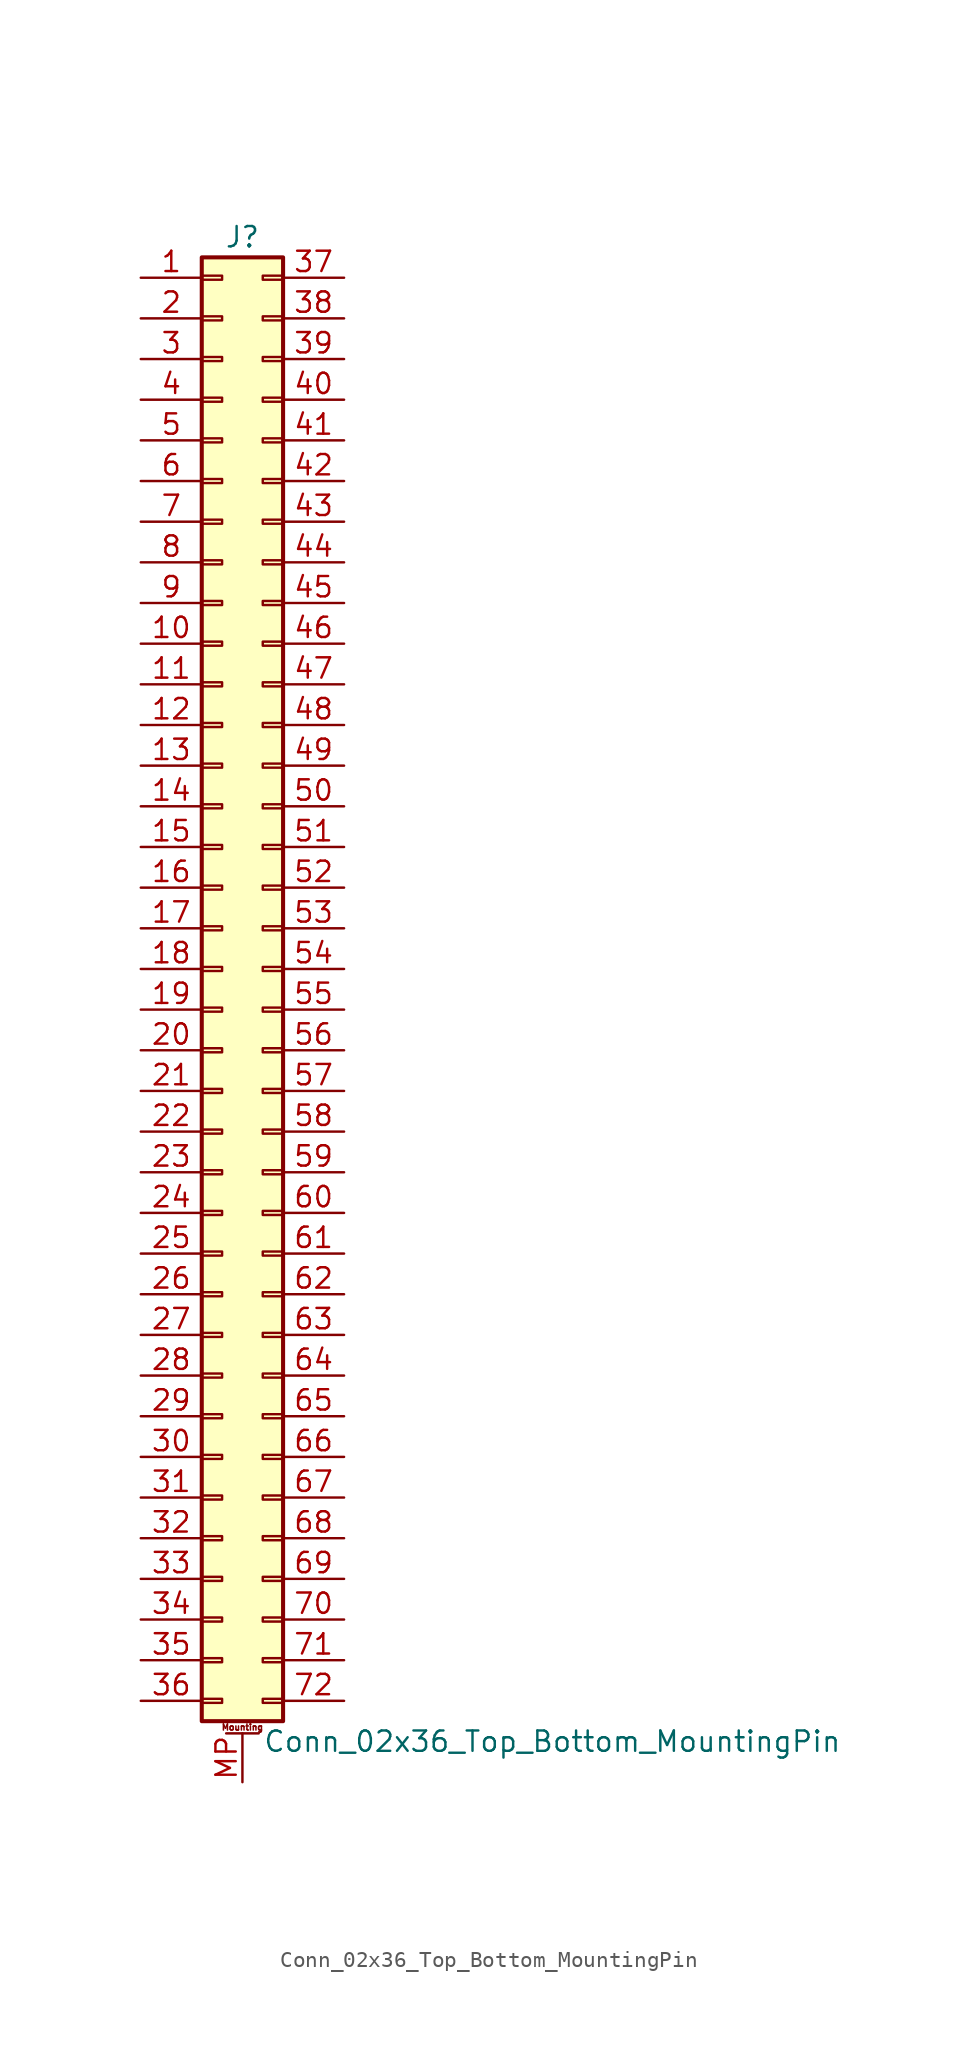
<source format=kicad_sym>
(kicad_symbol_lib
  (version 20201005)
  (generator kicad_symbol_editor)
  (symbol "Conn_02x36_Top_Bottom_MountingPin"
    (pin_names
      (offset 1.016) hide)
    (property "Reference" "J"
      (at 1.27 45.72 0)
      (effects (font (size 1.27 1.27))))
    (property "Value" "Conn_02x36_Top_Bottom_MountingPin"
      (at 2.54 -48.26 0)
      (effects (font (size 1.27 1.27)) (justify left)))
    (symbol "Conn_02x36_Top_Bottom_MountingPin_1_1"
      (text "Mounting" (at 1.27 -47.371 0) (effects (font (size 0.381 0.381))))
      (rectangle (start -1.27 -45.593) (end 0 -45.847) (stroke (width 0.152)) (fill (type none)))
      (rectangle (start -1.27 -43.053) (end 0 -43.307) (stroke (width 0.152)) (fill (type none)))
      (rectangle (start -1.27 -40.513) (end 0 -40.767) (stroke (width 0.152)) (fill (type none)))
      (rectangle (start -1.27 -37.973) (end 0 -38.227) (stroke (width 0.152)) (fill (type none)))
      (rectangle (start -1.27 -35.433) (end 0 -35.687) (stroke (width 0.152)) (fill (type none)))
      (rectangle (start -1.27 -32.893) (end 0 -33.147) (stroke (width 0.152)) (fill (type none)))
      (rectangle (start -1.27 -30.353) (end 0 -30.607) (stroke (width 0.152)) (fill (type none)))
      (rectangle (start -1.27 -27.813) (end 0 -28.067) (stroke (width 0.152)) (fill (type none)))
      (rectangle (start -1.27 -25.273) (end 0 -25.527) (stroke (width 0.152)) (fill (type none)))
      (rectangle (start -1.27 -22.733) (end 0 -22.987) (stroke (width 0.152)) (fill (type none)))
      (rectangle (start -1.27 -20.193) (end 0 -20.447) (stroke (width 0.152)) (fill (type none)))
      (rectangle (start -1.27 -17.653) (end 0 -17.907) (stroke (width 0.152)) (fill (type none)))
      (rectangle (start -1.27 -15.113) (end 0 -15.367) (stroke (width 0.152)) (fill (type none)))
      (rectangle (start -1.27 -12.573) (end 0 -12.827) (stroke (width 0.152)) (fill (type none)))
      (rectangle (start -1.27 -10.033) (end 0 -10.287) (stroke (width 0.152)) (fill (type none)))
      (rectangle (start -1.27 -7.493) (end 0 -7.747) (stroke (width 0.152)) (fill (type none)))
      (rectangle (start -1.27 -4.953) (end 0 -5.207) (stroke (width 0.152)) (fill (type none)))
      (rectangle (start -1.27 -2.413) (end 0 -2.667) (stroke (width 0.152)) (fill (type none)))
      (rectangle (start -1.27 0.127) (end 0 -0.127) (stroke (width 0.152)) (fill (type none)))
      (rectangle (start -1.27 2.667) (end 0 2.413) (stroke (width 0.152)) (fill (type none)))
      (rectangle (start -1.27 5.207) (end 0 4.953) (stroke (width 0.152)) (fill (type none)))
      (rectangle (start -1.27 7.747) (end 0 7.493) (stroke (width 0.152)) (fill (type none)))
      (rectangle (start -1.27 10.287) (end 0 10.033) (stroke (width 0.152)) (fill (type none)))
      (rectangle (start -1.27 12.827) (end 0 12.573) (stroke (width 0.152)) (fill (type none)))
      (rectangle (start -1.27 15.367) (end 0 15.113) (stroke (width 0.152)) (fill (type none)))
      (rectangle (start -1.27 17.907) (end 0 17.653) (stroke (width 0.152)) (fill (type none)))
      (rectangle (start -1.27 20.447) (end 0 20.193) (stroke (width 0.152)) (fill (type none)))
      (rectangle (start -1.27 22.987) (end 0 22.733) (stroke (width 0.152)) (fill (type none)))
      (rectangle (start -1.27 25.527) (end 0 25.273) (stroke (width 0.152)) (fill (type none)))
      (rectangle (start -1.27 28.067) (end 0 27.813) (stroke (width 0.152)) (fill (type none)))
      (rectangle (start -1.27 30.607) (end 0 30.353) (stroke (width 0.152)) (fill (type none)))
      (rectangle (start -1.27 33.147) (end 0 32.893) (stroke (width 0.152)) (fill (type none)))
      (rectangle (start -1.27 35.687) (end 0 35.433) (stroke (width 0.152)) (fill (type none)))
      (rectangle (start -1.27 38.227) (end 0 37.973) (stroke (width 0.152)) (fill (type none)))
      (rectangle (start -1.27 40.767) (end 0 40.513) (stroke (width 0.152)) (fill (type none)))
      (rectangle (start -1.27 43.307) (end 0 43.053) (stroke (width 0.152)) (fill (type none)))
      (rectangle (start 3.81 -45.593) (end 2.54 -45.847) (stroke (width 0.152)) (fill (type none)))
      (rectangle (start 3.81 -43.053) (end 2.54 -43.307) (stroke (width 0.152)) (fill (type none)))
      (rectangle (start 3.81 -40.513) (end 2.54 -40.767) (stroke (width 0.152)) (fill (type none)))
      (rectangle (start 3.81 -37.973) (end 2.54 -38.227) (stroke (width 0.152)) (fill (type none)))
      (rectangle (start 3.81 -35.433) (end 2.54 -35.687) (stroke (width 0.152)) (fill (type none)))
      (rectangle (start 3.81 -32.893) (end 2.54 -33.147) (stroke (width 0.152)) (fill (type none)))
      (rectangle (start 3.81 -30.353) (end 2.54 -30.607) (stroke (width 0.152)) (fill (type none)))
      (rectangle (start 3.81 -27.813) (end 2.54 -28.067) (stroke (width 0.152)) (fill (type none)))
      (rectangle (start 3.81 -25.273) (end 2.54 -25.527) (stroke (width 0.152)) (fill (type none)))
      (rectangle (start 3.81 -22.733) (end 2.54 -22.987) (stroke (width 0.152)) (fill (type none)))
      (rectangle (start 3.81 -20.193) (end 2.54 -20.447) (stroke (width 0.152)) (fill (type none)))
      (rectangle (start 3.81 -17.653) (end 2.54 -17.907) (stroke (width 0.152)) (fill (type none)))
      (rectangle (start 3.81 -15.113) (end 2.54 -15.367) (stroke (width 0.152)) (fill (type none)))
      (rectangle (start 3.81 -12.573) (end 2.54 -12.827) (stroke (width 0.152)) (fill (type none)))
      (rectangle (start 3.81 -10.033) (end 2.54 -10.287) (stroke (width 0.152)) (fill (type none)))
      (rectangle (start 3.81 -7.493) (end 2.54 -7.747) (stroke (width 0.152)) (fill (type none)))
      (rectangle (start 3.81 -4.953) (end 2.54 -5.207) (stroke (width 0.152)) (fill (type none)))
      (rectangle (start 3.81 -2.413) (end 2.54 -2.667) (stroke (width 0.152)) (fill (type none)))
      (rectangle (start 3.81 0.127) (end 2.54 -0.127) (stroke (width 0.152)) (fill (type none)))
      (rectangle (start 3.81 2.667) (end 2.54 2.413) (stroke (width 0.152)) (fill (type none)))
      (rectangle (start 3.81 5.207) (end 2.54 4.953) (stroke (width 0.152)) (fill (type none)))
      (rectangle (start 3.81 7.747) (end 2.54 7.493) (stroke (width 0.152)) (fill (type none)))
      (rectangle (start 3.81 10.287) (end 2.54 10.033) (stroke (width 0.152)) (fill (type none)))
      (rectangle (start 3.81 12.827) (end 2.54 12.573) (stroke (width 0.152)) (fill (type none)))
      (rectangle (start 3.81 15.367) (end 2.54 15.113) (stroke (width 0.152)) (fill (type none)))
      (rectangle (start 3.81 17.907) (end 2.54 17.653) (stroke (width 0.152)) (fill (type none)))
      (rectangle (start 3.81 20.447) (end 2.54 20.193) (stroke (width 0.152)) (fill (type none)))
      (rectangle (start 3.81 22.987) (end 2.54 22.733) (stroke (width 0.152)) (fill (type none)))
      (rectangle (start 3.81 25.527) (end 2.54 25.273) (stroke (width 0.152)) (fill (type none)))
      (rectangle (start 3.81 28.067) (end 2.54 27.813) (stroke (width 0.152)) (fill (type none)))
      (rectangle (start 3.81 30.607) (end 2.54 30.353) (stroke (width 0.152)) (fill (type none)))
      (rectangle (start 3.81 33.147) (end 2.54 32.893) (stroke (width 0.152)) (fill (type none)))
      (rectangle (start 3.81 35.687) (end 2.54 35.433) (stroke (width 0.152)) (fill (type none)))
      (rectangle (start 3.81 38.227) (end 2.54 37.973) (stroke (width 0.152)) (fill (type none)))
      (rectangle (start 3.81 40.767) (end 2.54 40.513) (stroke (width 0.152)) (fill (type none)))
      (rectangle (start 3.81 43.307) (end 2.54 43.053) (stroke (width 0.152)) (fill (type none)))
      (rectangle (start -1.27 44.45) (end 3.81 -46.99) (stroke (width 0.254)) (fill (type background)))
      (polyline (pts (xy 0.254 -47.752) (xy 2.286 -47.752)) (stroke (width 0.152)) (fill (type none)))
      (pin passive line (at -5.08 43.18 0) (length 3.81) (name "Pin_1" (effects (font (size 1.27 1.27)))) (number "1" (effects (font (size 1.27 1.27)))))
      (pin passive line (at -5.08 20.32 0) (length 3.81) (name "Pin_10" (effects (font (size 1.27 1.27)))) (number "10" (effects (font (size 1.27 1.27)))))
      (pin passive line (at -5.08 17.78 0) (length 3.81) (name "Pin_11" (effects (font (size 1.27 1.27)))) (number "11" (effects (font (size 1.27 1.27)))))
      (pin passive line (at -5.08 15.24 0) (length 3.81) (name "Pin_12" (effects (font (size 1.27 1.27)))) (number "12" (effects (font (size 1.27 1.27)))))
      (pin passive line (at -5.08 12.7 0) (length 3.81) (name "Pin_13" (effects (font (size 1.27 1.27)))) (number "13" (effects (font (size 1.27 1.27)))))
      (pin passive line (at -5.08 10.16 0) (length 3.81) (name "Pin_14" (effects (font (size 1.27 1.27)))) (number "14" (effects (font (size 1.27 1.27)))))
      (pin passive line (at -5.08 7.62 0) (length 3.81) (name "Pin_15" (effects (font (size 1.27 1.27)))) (number "15" (effects (font (size 1.27 1.27)))))
      (pin passive line (at -5.08 5.08 0) (length 3.81) (name "Pin_16" (effects (font (size 1.27 1.27)))) (number "16" (effects (font (size 1.27 1.27)))))
      (pin passive line (at -5.08 2.54 0) (length 3.81) (name "Pin_17" (effects (font (size 1.27 1.27)))) (number "17" (effects (font (size 1.27 1.27)))))
      (pin passive line (at -5.08 0 0) (length 3.81) (name "Pin_18" (effects (font (size 1.27 1.27)))) (number "18" (effects (font (size 1.27 1.27)))))
      (pin passive line (at -5.08 -2.54 0) (length 3.81) (name "Pin_19" (effects (font (size 1.27 1.27)))) (number "19" (effects (font (size 1.27 1.27)))))
      (pin passive line (at -5.08 40.64 0) (length 3.81) (name "Pin_2" (effects (font (size 1.27 1.27)))) (number "2" (effects (font (size 1.27 1.27)))))
      (pin passive line (at -5.08 -5.08 0) (length 3.81) (name "Pin_20" (effects (font (size 1.27 1.27)))) (number "20" (effects (font (size 1.27 1.27)))))
      (pin passive line (at -5.08 -7.62 0) (length 3.81) (name "Pin_21" (effects (font (size 1.27 1.27)))) (number "21" (effects (font (size 1.27 1.27)))))
      (pin passive line (at -5.08 -10.16 0) (length 3.81) (name "Pin_22" (effects (font (size 1.27 1.27)))) (number "22" (effects (font (size 1.27 1.27)))))
      (pin passive line (at -5.08 -12.7 0) (length 3.81) (name "Pin_23" (effects (font (size 1.27 1.27)))) (number "23" (effects (font (size 1.27 1.27)))))
      (pin passive line (at -5.08 -15.24 0) (length 3.81) (name "Pin_24" (effects (font (size 1.27 1.27)))) (number "24" (effects (font (size 1.27 1.27)))))
      (pin passive line (at -5.08 -17.78 0) (length 3.81) (name "Pin_25" (effects (font (size 1.27 1.27)))) (number "25" (effects (font (size 1.27 1.27)))))
      (pin passive line (at -5.08 -20.32 0) (length 3.81) (name "Pin_26" (effects (font (size 1.27 1.27)))) (number "26" (effects (font (size 1.27 1.27)))))
      (pin passive line (at -5.08 -22.86 0) (length 3.81) (name "Pin_27" (effects (font (size 1.27 1.27)))) (number "27" (effects (font (size 1.27 1.27)))))
      (pin passive line (at -5.08 -25.4 0) (length 3.81) (name "Pin_28" (effects (font (size 1.27 1.27)))) (number "28" (effects (font (size 1.27 1.27)))))
      (pin passive line (at -5.08 -27.94 0) (length 3.81) (name "Pin_29" (effects (font (size 1.27 1.27)))) (number "29" (effects (font (size 1.27 1.27)))))
      (pin passive line (at -5.08 38.1 0) (length 3.81) (name "Pin_3" (effects (font (size 1.27 1.27)))) (number "3" (effects (font (size 1.27 1.27)))))
      (pin passive line (at -5.08 -30.48 0) (length 3.81) (name "Pin_30" (effects (font (size 1.27 1.27)))) (number "30" (effects (font (size 1.27 1.27)))))
      (pin passive line (at -5.08 -33.02 0) (length 3.81) (name "Pin_31" (effects (font (size 1.27 1.27)))) (number "31" (effects (font (size 1.27 1.27)))))
      (pin passive line (at -5.08 -35.56 0) (length 3.81) (name "Pin_32" (effects (font (size 1.27 1.27)))) (number "32" (effects (font (size 1.27 1.27)))))
      (pin passive line (at -5.08 -38.1 0) (length 3.81) (name "Pin_33" (effects (font (size 1.27 1.27)))) (number "33" (effects (font (size 1.27 1.27)))))
      (pin passive line (at -5.08 -40.64 0) (length 3.81) (name "Pin_34" (effects (font (size 1.27 1.27)))) (number "34" (effects (font (size 1.27 1.27)))))
      (pin passive line (at -5.08 -43.18 0) (length 3.81) (name "Pin_35" (effects (font (size 1.27 1.27)))) (number "35" (effects (font (size 1.27 1.27)))))
      (pin passive line (at -5.08 -45.72 0) (length 3.81) (name "Pin_36" (effects (font (size 1.27 1.27)))) (number "36" (effects (font (size 1.27 1.27)))))
      (pin passive line (at 7.62 43.18 180) (length 3.81) (name "Pin_37" (effects (font (size 1.27 1.27)))) (number "37" (effects (font (size 1.27 1.27)))))
      (pin passive line (at 7.62 40.64 180) (length 3.81) (name "Pin_38" (effects (font (size 1.27 1.27)))) (number "38" (effects (font (size 1.27 1.27)))))
      (pin passive line (at 7.62 38.1 180) (length 3.81) (name "Pin_39" (effects (font (size 1.27 1.27)))) (number "39" (effects (font (size 1.27 1.27)))))
      (pin passive line (at -5.08 35.56 0) (length 3.81) (name "Pin_4" (effects (font (size 1.27 1.27)))) (number "4" (effects (font (size 1.27 1.27)))))
      (pin passive line (at 7.62 35.56 180) (length 3.81) (name "Pin_40" (effects (font (size 1.27 1.27)))) (number "40" (effects (font (size 1.27 1.27)))))
      (pin passive line (at 7.62 33.02 180) (length 3.81) (name "Pin_41" (effects (font (size 1.27 1.27)))) (number "41" (effects (font (size 1.27 1.27)))))
      (pin passive line (at 7.62 30.48 180) (length 3.81) (name "Pin_42" (effects (font (size 1.27 1.27)))) (number "42" (effects (font (size 1.27 1.27)))))
      (pin passive line (at 7.62 27.94 180) (length 3.81) (name "Pin_43" (effects (font (size 1.27 1.27)))) (number "43" (effects (font (size 1.27 1.27)))))
      (pin passive line (at 7.62 25.4 180) (length 3.81) (name "Pin_44" (effects (font (size 1.27 1.27)))) (number "44" (effects (font (size 1.27 1.27)))))
      (pin passive line (at 7.62 22.86 180) (length 3.81) (name "Pin_45" (effects (font (size 1.27 1.27)))) (number "45" (effects (font (size 1.27 1.27)))))
      (pin passive line (at 7.62 20.32 180) (length 3.81) (name "Pin_46" (effects (font (size 1.27 1.27)))) (number "46" (effects (font (size 1.27 1.27)))))
      (pin passive line (at 7.62 17.78 180) (length 3.81) (name "Pin_47" (effects (font (size 1.27 1.27)))) (number "47" (effects (font (size 1.27 1.27)))))
      (pin passive line (at 7.62 15.24 180) (length 3.81) (name "Pin_48" (effects (font (size 1.27 1.27)))) (number "48" (effects (font (size 1.27 1.27)))))
      (pin passive line (at 7.62 12.7 180) (length 3.81) (name "Pin_49" (effects (font (size 1.27 1.27)))) (number "49" (effects (font (size 1.27 1.27)))))
      (pin passive line (at -5.08 33.02 0) (length 3.81) (name "Pin_5" (effects (font (size 1.27 1.27)))) (number "5" (effects (font (size 1.27 1.27)))))
      (pin passive line (at 7.62 10.16 180) (length 3.81) (name "Pin_50" (effects (font (size 1.27 1.27)))) (number "50" (effects (font (size 1.27 1.27)))))
      (pin passive line (at 7.62 7.62 180) (length 3.81) (name "Pin_51" (effects (font (size 1.27 1.27)))) (number "51" (effects (font (size 1.27 1.27)))))
      (pin passive line (at 7.62 5.08 180) (length 3.81) (name "Pin_52" (effects (font (size 1.27 1.27)))) (number "52" (effects (font (size 1.27 1.27)))))
      (pin passive line (at 7.62 2.54 180) (length 3.81) (name "Pin_53" (effects (font (size 1.27 1.27)))) (number "53" (effects (font (size 1.27 1.27)))))
      (pin passive line (at 7.62 0 180) (length 3.81) (name "Pin_54" (effects (font (size 1.27 1.27)))) (number "54" (effects (font (size 1.27 1.27)))))
      (pin passive line (at 7.62 -2.54 180) (length 3.81) (name "Pin_55" (effects (font (size 1.27 1.27)))) (number "55" (effects (font (size 1.27 1.27)))))
      (pin passive line (at 7.62 -5.08 180) (length 3.81) (name "Pin_56" (effects (font (size 1.27 1.27)))) (number "56" (effects (font (size 1.27 1.27)))))
      (pin passive line (at 7.62 -7.62 180) (length 3.81) (name "Pin_57" (effects (font (size 1.27 1.27)))) (number "57" (effects (font (size 1.27 1.27)))))
      (pin passive line (at 7.62 -10.16 180) (length 3.81) (name "Pin_58" (effects (font (size 1.27 1.27)))) (number "58" (effects (font (size 1.27 1.27)))))
      (pin passive line (at 7.62 -12.7 180) (length 3.81) (name "Pin_59" (effects (font (size 1.27 1.27)))) (number "59" (effects (font (size 1.27 1.27)))))
      (pin passive line (at -5.08 30.48 0) (length 3.81) (name "Pin_6" (effects (font (size 1.27 1.27)))) (number "6" (effects (font (size 1.27 1.27)))))
      (pin passive line (at 7.62 -15.24 180) (length 3.81) (name "Pin_60" (effects (font (size 1.27 1.27)))) (number "60" (effects (font (size 1.27 1.27)))))
      (pin passive line (at 7.62 -17.78 180) (length 3.81) (name "Pin_61" (effects (font (size 1.27 1.27)))) (number "61" (effects (font (size 1.27 1.27)))))
      (pin passive line (at 7.62 -20.32 180) (length 3.81) (name "Pin_62" (effects (font (size 1.27 1.27)))) (number "62" (effects (font (size 1.27 1.27)))))
      (pin passive line (at 7.62 -22.86 180) (length 3.81) (name "Pin_63" (effects (font (size 1.27 1.27)))) (number "63" (effects (font (size 1.27 1.27)))))
      (pin passive line (at 7.62 -25.4 180) (length 3.81) (name "Pin_64" (effects (font (size 1.27 1.27)))) (number "64" (effects (font (size 1.27 1.27)))))
      (pin passive line (at 7.62 -27.94 180) (length 3.81) (name "Pin_65" (effects (font (size 1.27 1.27)))) (number "65" (effects (font (size 1.27 1.27)))))
      (pin passive line (at 7.62 -30.48 180) (length 3.81) (name "Pin_66" (effects (font (size 1.27 1.27)))) (number "66" (effects (font (size 1.27 1.27)))))
      (pin passive line (at 7.62 -33.02 180) (length 3.81) (name "Pin_67" (effects (font (size 1.27 1.27)))) (number "67" (effects (font (size 1.27 1.27)))))
      (pin passive line (at 7.62 -35.56 180) (length 3.81) (name "Pin_68" (effects (font (size 1.27 1.27)))) (number "68" (effects (font (size 1.27 1.27)))))
      (pin passive line (at 7.62 -38.1 180) (length 3.81) (name "Pin_69" (effects (font (size 1.27 1.27)))) (number "69" (effects (font (size 1.27 1.27)))))
      (pin passive line (at -5.08 27.94 0) (length 3.81) (name "Pin_7" (effects (font (size 1.27 1.27)))) (number "7" (effects (font (size 1.27 1.27)))))
      (pin passive line (at 7.62 -40.64 180) (length 3.81) (name "Pin_70" (effects (font (size 1.27 1.27)))) (number "70" (effects (font (size 1.27 1.27)))))
      (pin passive line (at 7.62 -43.18 180) (length 3.81) (name "Pin_71" (effects (font (size 1.27 1.27)))) (number "71" (effects (font (size 1.27 1.27)))))
      (pin passive line (at 7.62 -45.72 180) (length 3.81) (name "Pin_72" (effects (font (size 1.27 1.27)))) (number "72" (effects (font (size 1.27 1.27)))))
      (pin passive line (at -5.08 25.4 0) (length 3.81) (name "Pin_8" (effects (font (size 1.27 1.27)))) (number "8" (effects (font (size 1.27 1.27)))))
      (pin passive line (at -5.08 22.86 0) (length 3.81) (name "Pin_9" (effects (font (size 1.27 1.27)))) (number "9" (effects (font (size 1.27 1.27)))))
      (pin passive line (at 1.27 -50.8 90) (length 3.048) (name "MountPin" (effects (font (size 1.27 1.27)))) (number "MP" (effects (font (size 1.27 1.27))))))))
</source>
